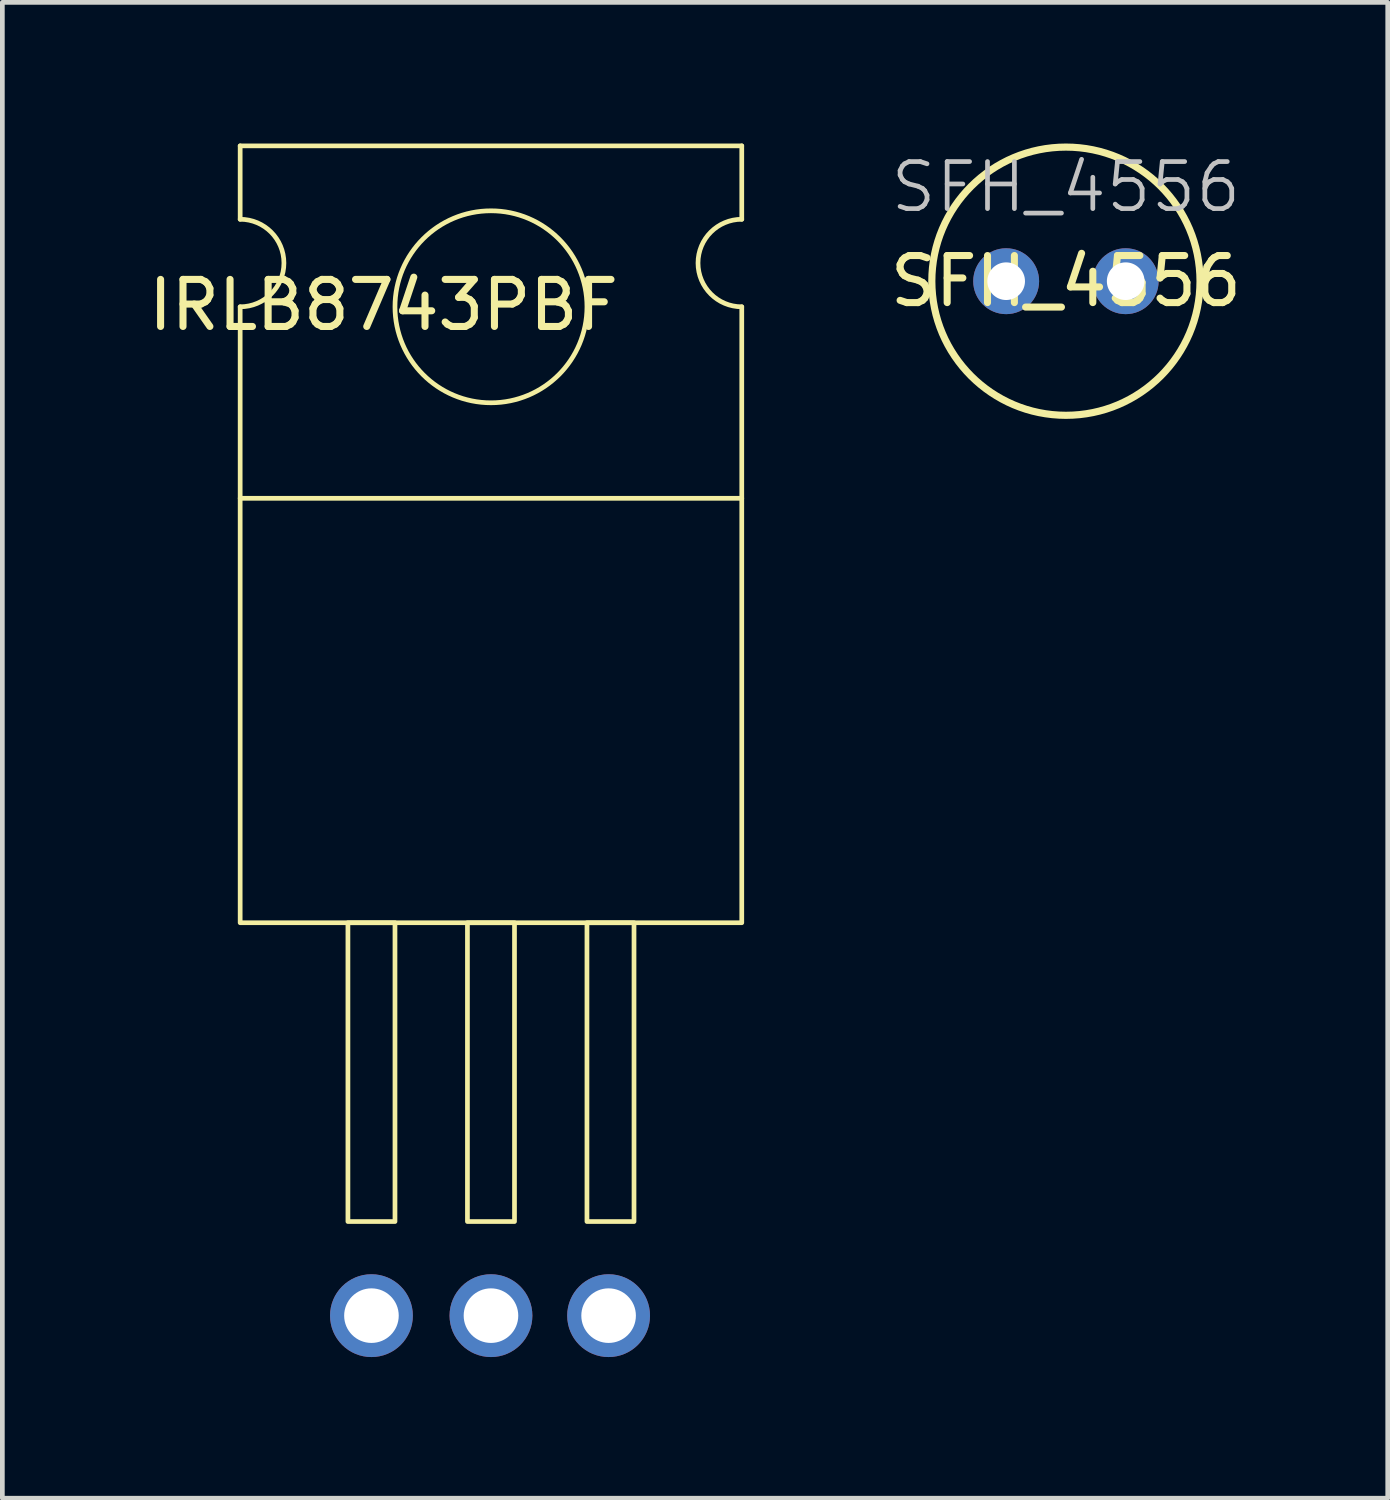
<source format=kicad_pcb>
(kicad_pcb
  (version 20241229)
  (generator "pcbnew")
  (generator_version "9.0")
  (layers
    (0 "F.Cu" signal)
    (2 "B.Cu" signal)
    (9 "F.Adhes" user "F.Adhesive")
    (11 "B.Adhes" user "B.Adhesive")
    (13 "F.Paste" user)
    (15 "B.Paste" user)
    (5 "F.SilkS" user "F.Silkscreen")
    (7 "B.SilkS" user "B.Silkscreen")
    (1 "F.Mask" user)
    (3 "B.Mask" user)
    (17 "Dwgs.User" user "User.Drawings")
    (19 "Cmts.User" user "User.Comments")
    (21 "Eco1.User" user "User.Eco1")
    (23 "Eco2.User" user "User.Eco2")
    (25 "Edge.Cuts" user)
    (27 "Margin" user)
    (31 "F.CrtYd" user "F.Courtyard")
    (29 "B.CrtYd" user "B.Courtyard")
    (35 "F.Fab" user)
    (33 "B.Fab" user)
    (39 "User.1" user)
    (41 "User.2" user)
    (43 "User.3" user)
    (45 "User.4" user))
  (footprint "SFH_4556"
    (layer "F.Cu")
    (at 18.333 2.926)
    (property "Reference" "SFH_4556" (at 1.27 0 0) (unlocked yes) (layer "F.SilkS") (effects (font (size 1 1) (thickness 0.15))))
    (attr through_hole)
    (fp_circle (center 1.27 0) (end 4.12 0) (stroke (width 0.152) (type solid)) (fill no) (layer "F.SilkS"))
    (fp_text user "${REFERENCE}" (at 1.27 -2 0) (unlocked yes) (layer "Dwgs.User") (effects (font (size 1 1) (thickness 0.1))))
    (pad "1" thru_hole circle (at 0 0) (size 1.4 1.4) (drill 0.8) (layers "*.Cu" "*.Mask"))
    (pad "2" thru_hole circle (at 2.54 0) (size 1.4 1.4) (drill 0.8) (layers "*.Cu" "*.Mask")))
  (footprint "IRLB8743PBF"
    (layer "F.Cu")
    (at 7.384 7.54)
    (property "Reference" "IRLB8743PBF" (at -2.283 -4.107 0) (layer "F.SilkS") (effects (font (size 1 1) (thickness 0.15))))
    (attr through_hole)
    (fp_line (start -5.33 -7.49) (end -5.33 -5.93) (stroke (width 0.1) (type default)) (layer "F.SilkS"))
    (fp_line (start -5.33 -7.49) (end 5.33 -7.49) (stroke (width 0.1) (type default)) (layer "F.SilkS"))
    (fp_line (start -5.33 -4.07) (end -5.33 0) (stroke (width 0.1) (type default)) (layer "F.SilkS"))
    (fp_line (start 5.33 -7.49) (end 5.33 -5.93) (stroke (width 0.1) (type default)) (layer "F.SilkS"))
    (fp_line (start 5.33 -4.07) (end 5.33 0) (stroke (width 0.1) (type default)) (layer "F.SilkS"))
    (fp_rect (start -5.33 0) (end 5.33 9.02) (stroke (width 0.1) (type solid)) (fill no) (layer "F.SilkS"))
    (fp_rect (start -3.04 9.02) (end -2.04 15.37) (stroke (width 0.1) (type solid)) (fill no) (layer "F.SilkS"))
    (fp_rect (start -0.5 9.02) (end 0.5 15.37) (stroke (width 0.1) (type solid)) (fill no) (layer "F.SilkS"))
    (fp_rect (start 2.04 9.02) (end 3.04 15.37) (stroke (width 0.1) (type solid)) (fill no) (layer "F.SilkS"))
    (fp_arc (start -5.33 -5.93) (mid -4.4 -5) (end -5.33 -4.07) (stroke (width 0.1) (type default)) (layer "F.SilkS"))
    (fp_arc (start 5.33 -4.07) (mid 4.4 -5) (end 5.33 -5.93) (stroke (width 0.1) (type default)) (layer "F.SilkS"))
    (fp_circle (center 0 -4.07) (end 2.04 -4.07) (stroke (width 0.1) (type solid)) (fill no) (layer "F.SilkS"))
    (pad "1" thru_hole circle (at -2.54 17.37) (size 1.76 1.76) (drill 1.16) (layers "*.Cu" "*.Mask"))
    (pad "2" thru_hole circle (at 0 17.37) (size 1.76 1.76) (drill 1.16) (layers "*.Cu" "*.Mask"))
    (pad "3" thru_hole circle (at 2.5 17.37) (size 1.76 1.76) (drill 1.16) (layers "*.Cu" "*.Mask")))
  (gr_rect
    (start -3 -3)
    (end 26.442 28.79)
    (stroke (width 0.1) (type default))
    (fill no)
    (layer "Edge.Cuts")))
</source>
